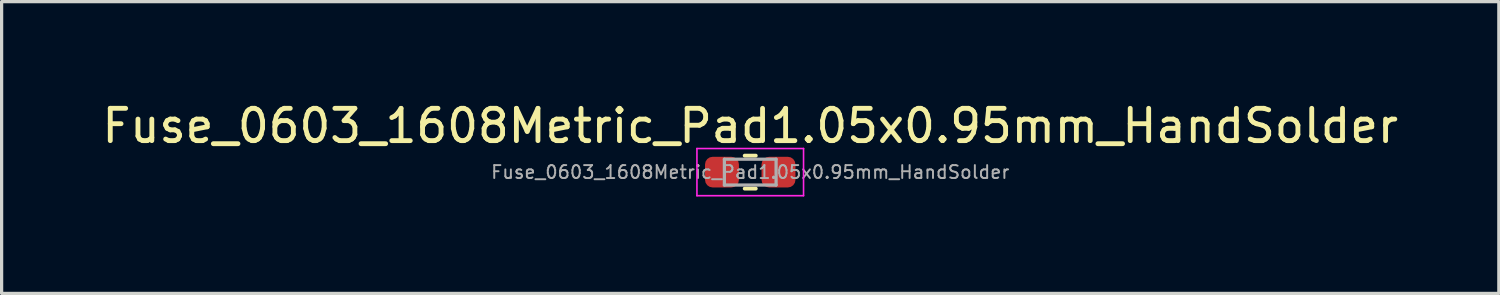
<source format=kicad_pcb>
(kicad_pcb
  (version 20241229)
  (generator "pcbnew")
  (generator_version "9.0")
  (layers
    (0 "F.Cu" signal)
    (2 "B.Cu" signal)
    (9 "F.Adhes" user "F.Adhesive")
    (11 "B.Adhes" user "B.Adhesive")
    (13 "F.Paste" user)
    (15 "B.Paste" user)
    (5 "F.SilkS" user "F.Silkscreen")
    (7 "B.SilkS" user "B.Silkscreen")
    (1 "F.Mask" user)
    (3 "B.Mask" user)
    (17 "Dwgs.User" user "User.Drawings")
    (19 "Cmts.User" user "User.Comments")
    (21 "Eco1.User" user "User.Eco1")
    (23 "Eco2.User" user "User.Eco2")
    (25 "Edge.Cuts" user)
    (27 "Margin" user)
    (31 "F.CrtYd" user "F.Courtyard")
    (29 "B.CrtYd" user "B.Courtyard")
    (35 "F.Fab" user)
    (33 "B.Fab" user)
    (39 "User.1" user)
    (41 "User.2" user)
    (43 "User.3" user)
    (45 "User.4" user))
  (footprint "Fuse_0603_1608Metric_Pad1.05x0.95mm_HandSolder"
    (layer "F.Cu")
    (at 20.173 2.278)
    (property "Reference" "Fuse_0603_1608Metric_Pad1.05x0.95mm_HandSolder" (at 0 -1.43 0) (layer "F.SilkS") (effects (font (size 1 1) (thickness 0.15))))
    (attr smd)
    (fp_line (start -0.171 -0.51) (end 0.171 -0.51) (stroke (width 0.12) (type solid)) (layer "F.SilkS"))
    (fp_line (start -0.171 0.51) (end 0.171 0.51) (stroke (width 0.12) (type solid)) (layer "F.SilkS"))
    (fp_line (start -1.65 -0.73) (end 1.65 -0.73) (stroke (width 0.05) (type solid)) (layer "F.CrtYd"))
    (fp_line (start -1.65 0.73) (end -1.65 -0.73) (stroke (width 0.05) (type solid)) (layer "F.CrtYd"))
    (fp_line (start 1.65 -0.73) (end 1.65 0.73) (stroke (width 0.05) (type solid)) (layer "F.CrtYd"))
    (fp_line (start 1.65 0.73) (end -1.65 0.73) (stroke (width 0.05) (type solid)) (layer "F.CrtYd"))
    (fp_line (start -0.8 -0.4) (end 0.8 -0.4) (stroke (width 0.1) (type solid)) (layer "F.Fab"))
    (fp_line (start -0.8 0.4) (end -0.8 -0.4) (stroke (width 0.1) (type solid)) (layer "F.Fab"))
    (fp_line (start 0.8 -0.4) (end 0.8 0.4) (stroke (width 0.1) (type solid)) (layer "F.Fab"))
    (fp_line (start 0.8 0.4) (end -0.8 0.4) (stroke (width 0.1) (type solid)) (layer "F.Fab"))
    (fp_text user "${REFERENCE}" (at 0 0 0) (layer "F.Fab") (effects (font (size 0.4 0.4) (thickness 0.06))))
    (pad "1" smd roundrect (at -0.875 0) (size 1.05 0.95) (layers "F.Cu" "F.Mask" "F.Paste") (roundrect_rratio 0.25))
    (pad "2" smd roundrect (at 0.875 0) (size 1.05 0.95) (layers "F.Cu" "F.Mask" "F.Paste") (roundrect_rratio 0.25)))
  (gr_rect
    (start -3 -3)
    (end 43.345 6.033)
    (stroke (width 0.1) (type default))
    (fill no)
    (layer "Edge.Cuts")))
</source>
